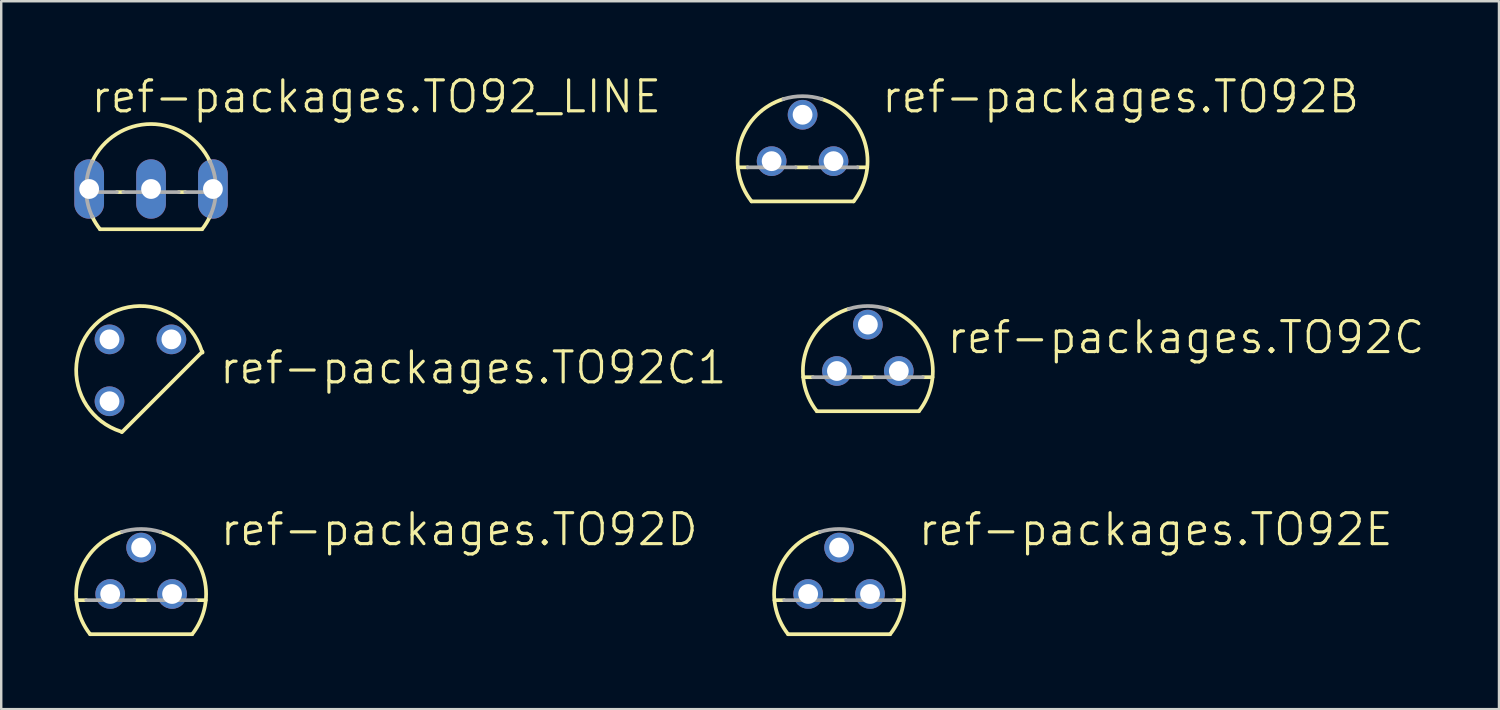
<source format=kicad_pcb>
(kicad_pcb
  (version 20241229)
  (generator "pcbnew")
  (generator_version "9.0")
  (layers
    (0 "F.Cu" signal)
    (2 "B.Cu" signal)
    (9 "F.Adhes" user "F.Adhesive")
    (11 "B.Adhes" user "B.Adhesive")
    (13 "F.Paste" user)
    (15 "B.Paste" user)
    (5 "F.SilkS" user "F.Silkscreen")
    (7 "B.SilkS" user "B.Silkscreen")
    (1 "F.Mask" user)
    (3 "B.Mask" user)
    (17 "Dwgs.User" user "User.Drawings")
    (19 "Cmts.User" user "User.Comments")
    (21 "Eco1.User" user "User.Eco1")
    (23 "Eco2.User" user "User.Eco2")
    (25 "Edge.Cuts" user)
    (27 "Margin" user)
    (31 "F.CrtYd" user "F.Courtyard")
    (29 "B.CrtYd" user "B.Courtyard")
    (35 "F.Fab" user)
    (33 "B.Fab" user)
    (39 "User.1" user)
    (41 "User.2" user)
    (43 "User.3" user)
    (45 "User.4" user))
  (footprint "ref-packages.TO92C"
    (layer "F.Cu")
    (at 32.573 12.178)
    (property "Reference" "ref-packages.TO92C" (at 3.175 -0.635 0) (layer "F.SilkS") (effects (font (size 1.27 1.27) (thickness 0.13)) (justify left bottom)))
    (attr through_hole)
    (fp_line (start -2.655 0.254) (end -2.254 0.254) (stroke (width 0.152) (type default)) (layer "F.SilkS"))
    (fp_line (start -2.095 1.651) (end 2.095 1.651) (stroke (width 0.152) (type default)) (layer "F.SilkS"))
    (fp_line (start -0.286 0.254) (end 0.286 0.254) (stroke (width 0.152) (type default)) (layer "F.SilkS"))
    (fp_line (start 2.254 0.254) (end 2.655 0.254) (stroke (width 0.152) (type default)) (layer "F.SilkS"))
    (fp_arc (start -2.0946 1.651) (mid -2.54634 -0.793276) (end -0.7863 -2.5485) (stroke (width 0.1524) (type default)) (layer "F.SilkS"))
    (fp_arc (start 0.7868 -2.5484) (mid 2.54677 -0.793201) (end 2.095 1.651) (stroke (width 0.1524) (type default)) (layer "F.SilkS"))
    (fp_line (start -2.254 0.254) (end -0.286 0.254) (stroke (width 0.152) (type default)) (layer "F.Fab"))
    (fp_line (start 0.286 0.254) (end 2.254 0.254) (stroke (width 0.152) (type default)) (layer "F.Fab"))
    (fp_arc (start -0.7863 -2.5485) (mid 0 -2.667043) (end 0.7863 -2.5485) (stroke (width 0.1524) (type default)) (layer "F.Fab"))
    (pad "B" thru_hole circle (at 1.27 0) (size 1.219 1.219) (drill 0.813) (layers "*.Cu" "*.Mask"))
    (pad "C" thru_hole circle (at 0 -1.905) (size 1.219 1.219) (drill 0.813) (layers "*.Cu" "*.Mask"))
    (pad "E" thru_hole circle (at -1.27 0) (size 1.219 1.219) (drill 0.813) (layers "*.Cu" "*.Mask")))
  (footprint "ref-packages.TO92D"
    (layer "F.Cu")
    (at 2.743 21.331)
    (property "Reference" "ref-packages.TO92D" (at 3.175 -1.905 0) (layer "F.SilkS") (effects (font (size 1.27 1.27) (thickness 0.13)) (justify left bottom)))
    (attr through_hole)
    (fp_line (start -2.655 0.254) (end -2.254 0.254) (stroke (width 0.152) (type default)) (layer "F.SilkS"))
    (fp_line (start -2.095 1.651) (end 2.095 1.651) (stroke (width 0.152) (type default)) (layer "F.SilkS"))
    (fp_line (start -0.286 0.254) (end 0.286 0.254) (stroke (width 0.152) (type default)) (layer "F.SilkS"))
    (fp_line (start 2.254 0.254) (end 2.655 0.254) (stroke (width 0.152) (type default)) (layer "F.SilkS"))
    (fp_arc (start -2.0946 1.651) (mid -2.54634 -0.793276) (end -0.7863 -2.5485) (stroke (width 0.1524) (type default)) (layer "F.SilkS"))
    (fp_arc (start 0.7868 -2.5484) (mid 2.54677 -0.793201) (end 2.095 1.651) (stroke (width 0.1524) (type default)) (layer "F.SilkS"))
    (fp_line (start -2.254 0.254) (end -0.286 0.254) (stroke (width 0.152) (type default)) (layer "F.Fab"))
    (fp_line (start 0.286 0.254) (end 2.254 0.254) (stroke (width 0.152) (type default)) (layer "F.Fab"))
    (fp_arc (start -0.7863 -2.5485) (mid 0 -2.667043) (end 0.7863 -2.5485) (stroke (width 0.1524) (type default)) (layer "F.Fab"))
    (pad "B" thru_hole circle (at 0 -1.905) (size 1.219 1.219) (drill 0.813) (layers "*.Cu" "*.Mask"))
    (pad "C" thru_hole circle (at 1.27 0) (size 1.219 1.219) (drill 0.813) (layers "*.Cu" "*.Mask"))
    (pad "E" thru_hole circle (at -1.27 0) (size 1.219 1.219) (drill 0.813) (layers "*.Cu" "*.Mask")))
  (footprint "ref-packages.TO92C1"
    (layer "F.Cu")
    (at 2.715 12.15)
    (property "Reference" "ref-packages.TO92C1" (at 3.175 0.635 0) (layer "F.SilkS") (effects (font (size 1.27 1.27) (thickness 0.13)) (justify left bottom)))
    (attr through_hole)
    (fp_line (start -0.762 2.54) (end 2.54 -0.762) (stroke (width 0.152) (type default)) (layer "F.SilkS"))
    (fp_arc (start -0.8 2.514179) (mid -1.867149 -1.864093) (end 2.512865 -0.804117) (stroke (width 0.1524) (type default)) (layer "F.SilkS"))
    (fp_arc (start 2.54 -0.762) (mid 2.544955 -0.745266) (end 2.5498 -0.7285) (stroke (width 0.1524) (type default)) (layer "F.SilkS"))
    (pad "B" thru_hole circle (at 1.27 -1.27) (size 1.219 1.219) (drill 0.813) (layers "*.Cu" "*.Mask"))
    (pad "C" thru_hole circle (at -1.27 -1.27) (size 1.219 1.219) (drill 0.813) (layers "*.Cu" "*.Mask"))
    (pad "E" thru_hole circle (at -1.27 1.27) (size 1.219 1.219) (drill 0.813) (layers "*.Cu" "*.Mask")))
  (footprint "ref-packages.TO92E"
    (layer "F.Cu")
    (at 31.392 21.331)
    (property "Reference" "ref-packages.TO92E" (at 3.175 -1.905 0) (layer "F.SilkS") (effects (font (size 1.27 1.27) (thickness 0.13)) (justify left bottom)))
    (attr through_hole)
    (fp_line (start -2.655 0.254) (end -2.254 0.254) (stroke (width 0.152) (type default)) (layer "F.SilkS"))
    (fp_line (start -2.095 1.651) (end 2.095 1.651) (stroke (width 0.152) (type default)) (layer "F.SilkS"))
    (fp_line (start -0.286 0.254) (end 0.286 0.254) (stroke (width 0.152) (type default)) (layer "F.SilkS"))
    (fp_line (start 2.254 0.254) (end 2.655 0.254) (stroke (width 0.152) (type default)) (layer "F.SilkS"))
    (fp_arc (start -2.0946 1.651) (mid -2.54634 -0.793276) (end -0.7863 -2.5485) (stroke (width 0.1524) (type default)) (layer "F.SilkS"))
    (fp_arc (start 0.7868 -2.5484) (mid 2.54677 -0.793201) (end 2.095 1.651) (stroke (width 0.1524) (type default)) (layer "F.SilkS"))
    (fp_line (start -2.254 0.254) (end -0.286 0.254) (stroke (width 0.152) (type default)) (layer "F.Fab"))
    (fp_line (start 0.286 0.254) (end 2.254 0.254) (stroke (width 0.152) (type default)) (layer "F.Fab"))
    (fp_arc (start -0.7863 -2.5485) (mid 0 -2.667043) (end 0.7863 -2.5485) (stroke (width 0.1524) (type default)) (layer "F.Fab"))
    (pad "B1" thru_hole circle (at -1.27 0) (size 1.219 1.219) (drill 0.813) (layers "*.Cu" "*.Mask"))
    (pad "B2" thru_hole circle (at 1.27 0) (size 1.219 1.219) (drill 0.813) (layers "*.Cu" "*.Mask"))
    (pad "E" thru_hole circle (at 0 -1.905) (size 1.219 1.219) (drill 0.813) (layers "*.Cu" "*.Mask")))
  (footprint "ref-packages.TO92B"
    (layer "F.Cu")
    (at 29.893 3.565)
    (property "Reference" "ref-packages.TO92B" (at 3.175 -1.905 0) (layer "F.SilkS") (effects (font (size 1.27 1.27) (thickness 0.13)) (justify left bottom)))
    (attr through_hole)
    (fp_line (start -2.655 0.254) (end -2.254 0.254) (stroke (width 0.152) (type default)) (layer "F.SilkS"))
    (fp_line (start -2.095 1.651) (end 2.095 1.651) (stroke (width 0.152) (type default)) (layer "F.SilkS"))
    (fp_line (start -0.286 0.254) (end 0.286 0.254) (stroke (width 0.152) (type default)) (layer "F.SilkS"))
    (fp_line (start 2.254 0.254) (end 2.655 0.254) (stroke (width 0.152) (type default)) (layer "F.SilkS"))
    (fp_arc (start -2.0946 1.651) (mid -2.54634 -0.793276) (end -0.7863 -2.5485) (stroke (width 0.1524) (type default)) (layer "F.SilkS"))
    (fp_arc (start 0.7868 -2.5484) (mid 2.54677 -0.793201) (end 2.095 1.651) (stroke (width 0.1524) (type default)) (layer "F.SilkS"))
    (fp_line (start -2.254 0.254) (end -0.286 0.254) (stroke (width 0.152) (type default)) (layer "F.Fab"))
    (fp_line (start 0.286 0.254) (end 2.254 0.254) (stroke (width 0.152) (type default)) (layer "F.Fab"))
    (fp_arc (start -0.7863 -2.5485) (mid 0 -2.667043) (end 0.7863 -2.5485) (stroke (width 0.1524) (type default)) (layer "F.Fab"))
    (pad "B" thru_hole circle (at -1.27 0) (size 1.219 1.219) (drill 0.813) (layers "*.Cu" "*.Mask"))
    (pad "C" thru_hole circle (at 1.27 0) (size 1.219 1.219) (drill 0.813) (layers "*.Cu" "*.Mask"))
    (pad "E" thru_hole circle (at 0 -1.905) (size 1.219 1.219) (drill 0.813) (layers "*.Cu" "*.Mask")))
  (footprint "ref-packages.TO92_LINE"
    (layer "F.Cu")
    (at 3.15 4.708)
    (property "Reference" "ref-packages.TO92_LINE" (at -2.54 -3.048 0) (layer "F.SilkS") (effects (font (size 1.27 1.27) (thickness 0.13)) (justify left bottom)))
    (attr through_hole)
    (fp_line (start -2.095 1.651) (end 2.095 1.651) (stroke (width 0.152) (type default)) (layer "F.SilkS"))
    (fp_line (start -1.136 0.127) (end -1.404 0.127) (stroke (width 0.152) (type default)) (layer "F.SilkS"))
    (fp_line (start 1.404 0.127) (end 1.136 0.127) (stroke (width 0.152) (type default)) (layer "F.SilkS"))
    (fp_arc (start -2.413 -1.1359) (mid 0 -2.66699) (end 2.413 -1.1359) (stroke (width 0.1524) (type default)) (layer "F.SilkS"))
    (fp_arc (start -2.095 1.651) (mid -2.268918 1.40252) (end -2.4135 1.1359) (stroke (width 0.1524) (type default)) (layer "F.SilkS"))
    (fp_arc (start 2.4247 1.1118) (mid 2.275878 1.391201) (end 2.095 1.651) (stroke (width 0.1524) (type default)) (layer "F.SilkS"))
    (fp_line (start -1.404 0.127) (end -2.664 0.127) (stroke (width 0.152) (type default)) (layer "F.Fab"))
    (fp_line (start 1.136 0.127) (end -1.136 0.127) (stroke (width 0.152) (type default)) (layer "F.Fab"))
    (fp_line (start 2.664 0.127) (end 1.404 0.127) (stroke (width 0.152) (type default)) (layer "F.Fab"))
    (fp_arc (start -2.664 0.127) (mid -2.615858 -0.519825) (end -2.413 -1.1359) (stroke (width 0.1524) (type default)) (layer "F.Fab"))
    (fp_arc (start -2.413 1.1359) (mid -2.588137 0.643799) (end -2.664 0.127) (stroke (width 0.1524) (type default)) (layer "F.Fab"))
    (fp_arc (start 2.413 -1.1359) (mid 2.615858 -0.519825) (end 2.664 0.127) (stroke (width 0.1524) (type default)) (layer "F.Fab"))
    (fp_arc (start 2.664 0.127) (mid 2.588137 0.643799) (end 2.413 1.1359) (stroke (width 0.1524) (type default)) (layer "F.Fab"))
    (pad "1" thru_hole oval (at 2.54 0 90) (size 2.438 1.219) (drill 0.813) (layers "*.Cu" "*.Mask"))
    (pad "2" thru_hole oval (at 0 0 90) (size 2.438 1.219) (drill 0.813) (layers "*.Cu" "*.Mask"))
    (pad "3" thru_hole oval (at -2.54 0 90) (size 2.438 1.219) (drill 0.813) (layers "*.Cu" "*.Mask")))
  (gr_rect
    (start -3 -3)
    (end 58.478 26.058)
    (stroke (width 0.1) (type default))
    (fill no)
    (layer "Edge.Cuts")))
</source>
